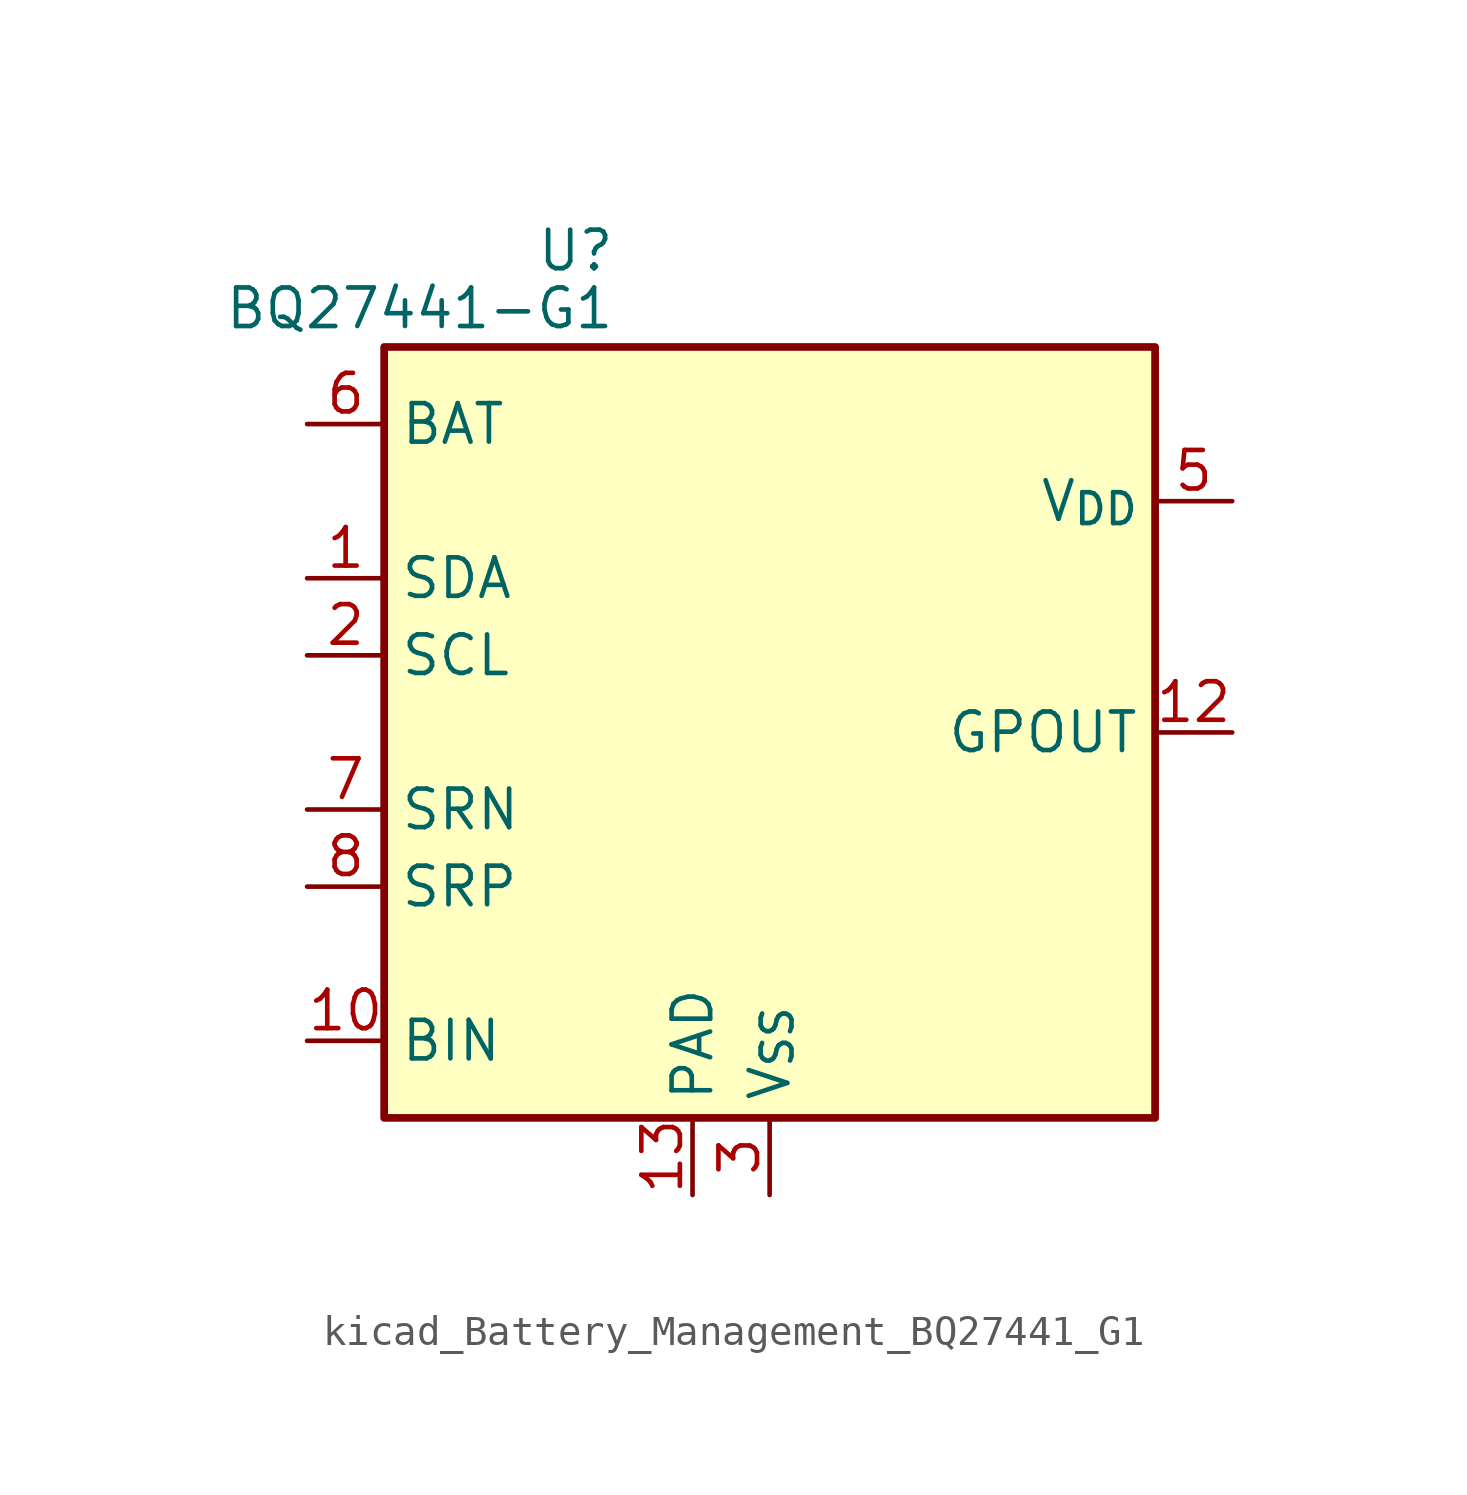
<source format=kicad_sym>
(kicad_symbol_lib
  (version 20220914)
  (generator kicad_symbol_editor)
  (symbol "kicad_Battery_Management_BQ27441_G1"
    (property "Reference" "U"
      (at -5.08 15.875 0)
      (effects (font (size 1.27 1.27)) (justify right)))
    (property "Value" "BQ27441-G1"
      (at -5.08 13.97 0)
      (effects (font (size 1.27 1.27)) (justify right)))
    (symbol "kicad_Battery_Management_BQ27441_G1_0_1"
      (rectangle (start -12.7 12.7) (end 12.7 -12.7) (stroke (width 0.254) (type default)) (fill (type background))))
    (symbol "kicad_Battery_Management_BQ27441_G1_1_1"
      (pin bidirectional line (at -15.24 5.08 0) (length 2.54) (name "SDA" (effects (font (size 1.27 1.27)))) (number "1" (effects (font (size 1.27 1.27)))))
      (pin input line (at -15.24 -10.16 0) (length 2.54) (name "BIN" (effects (font (size 1.27 1.27)))) (number "10" (effects (font (size 1.27 1.27)))))
      (pin no_connect line (at 10.16 -2.54 180) (length 2.54) hide (name "NC" (effects (font (size 1.27 1.27)))) (number "11" (effects (font (size 1.27 1.27)))))
      (pin output line (at 15.24 0 180) (length 2.54) (name "GPOUT" (effects (font (size 1.27 1.27)))) (number "12" (effects (font (size 1.27 1.27)))))
      (pin power_in line (at -2.54 -15.24 90) (length 2.54) (name "PAD" (effects (font (size 1.27 1.27)))) (number "13" (effects (font (size 1.27 1.27)))))
      (pin input line (at -15.24 2.54 0) (length 2.54) (name "SCL" (effects (font (size 1.27 1.27)))) (number "2" (effects (font (size 1.27 1.27)))))
      (pin power_in line (at 0 -15.24 90) (length 2.54) (name "V_{SS}" (effects (font (size 1.27 1.27)))) (number "3" (effects (font (size 1.27 1.27)))))
      (pin no_connect line (at 10.16 -7.62 180) (length 2.54) hide (name "NC" (effects (font (size 1.27 1.27)))) (number "4" (effects (font (size 1.27 1.27)))))
      (pin power_out line (at 15.24 7.62 180) (length 2.54) (name "V_{DD}" (effects (font (size 1.27 1.27)))) (number "5" (effects (font (size 1.27 1.27)))))
      (pin power_in line (at -15.24 10.16 0) (length 2.54) (name "BAT" (effects (font (size 1.27 1.27)))) (number "6" (effects (font (size 1.27 1.27)))))
      (pin input line (at -15.24 -2.54 0) (length 2.54) (name "SRN" (effects (font (size 1.27 1.27)))) (number "7" (effects (font (size 1.27 1.27)))))
      (pin input line (at -15.24 -5.08 0) (length 2.54) (name "SRP" (effects (font (size 1.27 1.27)))) (number "8" (effects (font (size 1.27 1.27)))))
      (pin no_connect line (at 10.16 -5.08 180) (length 2.54) hide (name "NC" (effects (font (size 1.27 1.27)))) (number "9" (effects (font (size 1.27 1.27))))))))
</source>
